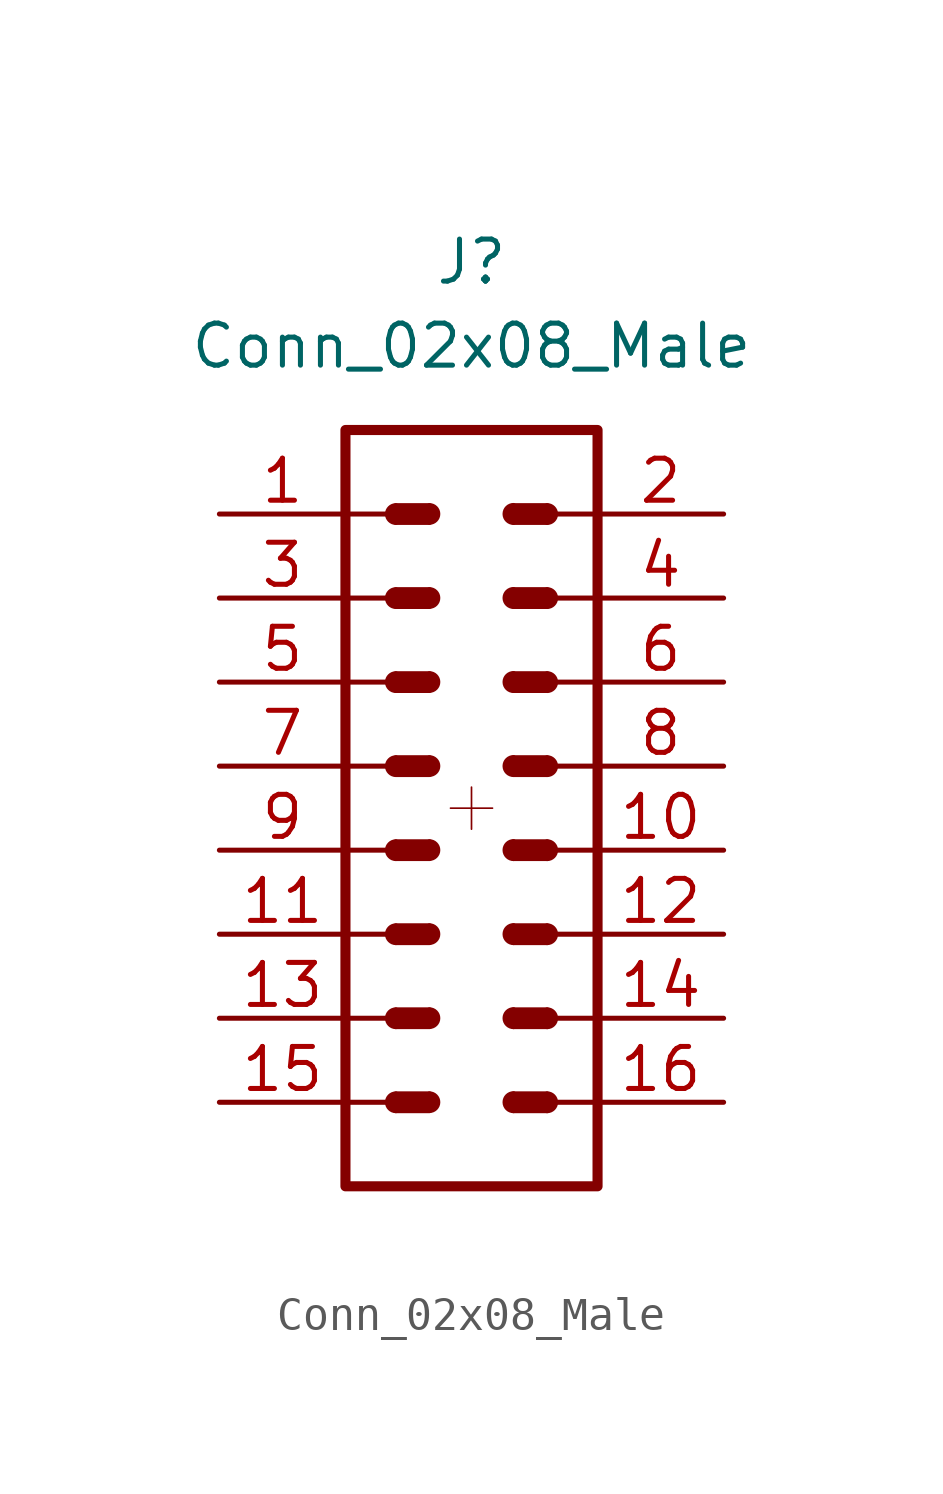
<source format=kicad_sym>
(kicad_symbol_lib
  (version 20211014)
  (generator kicad_symbol_editor)
  (symbol "Conn_02x08_Male"
    (pin_names
      (offset 1.016) hide)
    (property "Reference" "J"
      (at 0 15.24 0)
      (effects (font (size 1.27 1.27))))
    (property "Value" "Conn_02x08_Male"
      (at 0 12.7 0)
      (effects (font (size 1.27 1.27))))
    (symbol "Conn_02x08_Male_0_1"
      (rectangle (start -3.81 -2.54) (end -2.54 -2.54) (stroke (width 0.152) (type default) (color 0 0 0 0)) (fill (type none)))
      (rectangle (start -3.81 0) (end -2.54 0) (stroke (width 0.152) (type default) (color 0 0 0 0)) (fill (type none)))
      (rectangle (start -3.81 2.54) (end -2.54 2.54) (stroke (width 0.152) (type default) (color 0 0 0 0)) (fill (type none)))
      (rectangle (start -3.81 5.08) (end -2.54 5.08) (stroke (width 0.152) (type default) (color 0 0 0 0)) (fill (type none)))
      (rectangle (start -3.81 7.62) (end -2.54 7.62) (stroke (width 0.152) (type default) (color 0 0 0 0)) (fill (type none)))
      (rectangle (start -3.81 10.16) (end 3.81 -12.7) (stroke (width 0.305) (type default) (color 0 0 0 0)) (fill (type none)))
      (arc (start -2.286 7.874) (mid -2.54 7.62) (end -2.286 7.366) (stroke (width 0) (type default) (color 0 0 0 0)) (fill (type outline)))
      (rectangle (start -2.286 7.874) (end -1.27 7.366) (stroke (width 0) (type default) (color 0 0 0 0)) (fill (type outline)))
      (arc (start -1.27 7.366) (mid -1.016 7.62) (end -1.27 7.874) (stroke (width 0) (type default) (color 0 0 0 0)) (fill (type outline))))
    (symbol "Conn_02x08_Male_1_1"
      (rectangle (start -3.81 -10.16) (end -2.54 -10.16) (stroke (width 0.152) (type default) (color 0 0 0 0)) (fill (type none)))
      (rectangle (start -3.81 -7.62) (end -2.54 -7.62) (stroke (width 0.152) (type default) (color 0 0 0 0)) (fill (type none)))
      (rectangle (start -3.81 -5.08) (end -2.54 -5.08) (stroke (width 0.152) (type default) (color 0 0 0 0)) (fill (type none)))
      (arc (start -2.286 -9.906) (mid -2.54 -10.16) (end -2.286 -10.414) (stroke (width 0) (type default) (color 0 0 0 0)) (fill (type outline)))
      (rectangle (start -2.286 -9.906) (end -1.27 -10.414) (stroke (width 0) (type default) (color 0 0 0 0)) (fill (type outline)))
      (arc (start -2.286 -7.366) (mid -2.54 -7.62) (end -2.286 -7.874) (stroke (width 0) (type default) (color 0 0 0 0)) (fill (type outline)))
      (rectangle (start -2.286 -7.366) (end -1.27 -7.874) (stroke (width 0) (type default) (color 0 0 0 0)) (fill (type outline)))
      (arc (start -2.286 -4.826) (mid -2.54 -5.08) (end -2.286 -5.334) (stroke (width 0) (type default) (color 0 0 0 0)) (fill (type outline)))
      (rectangle (start -2.286 -4.826) (end -1.27 -5.334) (stroke (width 0) (type default) (color 0 0 0 0)) (fill (type outline)))
      (arc (start -2.286 -2.286) (mid -2.54 -2.54) (end -2.286 -2.794) (stroke (width 0) (type default) (color 0 0 0 0)) (fill (type outline)))
      (rectangle (start -2.286 -2.286) (end -1.27 -2.794) (stroke (width 0) (type default) (color 0 0 0 0)) (fill (type outline)))
      (arc (start -2.286 0.254) (mid -2.54 0) (end -2.286 -0.254) (stroke (width 0) (type default) (color 0 0 0 0)) (fill (type outline)))
      (rectangle (start -2.286 0.254) (end -1.27 -0.254) (stroke (width 0) (type default) (color 0 0 0 0)) (fill (type outline)))
      (arc (start -2.286 2.794) (mid -2.54 2.54) (end -2.286 2.286) (stroke (width 0) (type default) (color 0 0 0 0)) (fill (type outline)))
      (rectangle (start -2.286 2.794) (end -1.27 2.286) (stroke (width 0) (type default) (color 0 0 0 0)) (fill (type outline)))
      (arc (start -2.286 5.334) (mid -2.54 5.08) (end -2.286 4.826) (stroke (width 0) (type default) (color 0 0 0 0)) (fill (type outline)))
      (rectangle (start -2.286 5.334) (end -1.27 4.826) (stroke (width 0) (type default) (color 0 0 0 0)) (fill (type outline)))
      (arc (start -1.27 -10.414) (mid -1.016 -10.16) (end -1.27 -9.906) (stroke (width 0) (type default) (color 0 0 0 0)) (fill (type outline)))
      (arc (start -1.27 -7.874) (mid -1.016 -7.62) (end -1.27 -7.366) (stroke (width 0) (type default) (color 0 0 0 0)) (fill (type outline)))
      (arc (start -1.27 -5.334) (mid -1.016 -5.08) (end -1.27 -4.826) (stroke (width 0) (type default) (color 0 0 0 0)) (fill (type outline)))
      (arc (start -1.27 -2.794) (mid -1.016 -2.54) (end -1.27 -2.286) (stroke (width 0) (type default) (color 0 0 0 0)) (fill (type outline)))
      (arc (start -1.27 -0.254) (mid -1.016 0) (end -1.27 0.254) (stroke (width 0) (type default) (color 0 0 0 0)) (fill (type outline)))
      (arc (start -1.27 2.286) (mid -1.016 2.54) (end -1.27 2.794) (stroke (width 0) (type default) (color 0 0 0 0)) (fill (type outline)))
      (arc (start -1.27 4.826) (mid -1.016 5.08) (end -1.27 5.334) (stroke (width 0) (type default) (color 0 0 0 0)) (fill (type outline)))
      (polyline (pts (xy -0.635 -1.27) (xy 0.635 -1.27)) (stroke (width 0.051) (type default) (color 0 0 0 0)) (fill (type none)))
      (polyline (pts (xy 0 -0.635) (xy 0 -1.905)) (stroke (width 0.051) (type default) (color 0 0 0 0)) (fill (type none)))
      (arc (start 1.27 -9.906) (mid 1.016 -10.16) (end 1.27 -10.414) (stroke (width 0) (type default) (color 0 0 0 0)) (fill (type outline)))
      (rectangle (start 1.27 -9.906) (end 2.286 -10.414) (stroke (width 0) (type default) (color 0 0 0 0)) (fill (type outline)))
      (arc (start 1.27 -7.366) (mid 1.016 -7.62) (end 1.27 -7.874) (stroke (width 0) (type default) (color 0 0 0 0)) (fill (type outline)))
      (rectangle (start 1.27 -7.366) (end 2.286 -7.874) (stroke (width 0) (type default) (color 0 0 0 0)) (fill (type outline)))
      (arc (start 1.27 -4.826) (mid 1.016 -5.08) (end 1.27 -5.334) (stroke (width 0) (type default) (color 0 0 0 0)) (fill (type outline)))
      (rectangle (start 1.27 -4.826) (end 2.286 -5.334) (stroke (width 0) (type default) (color 0 0 0 0)) (fill (type outline)))
      (arc (start 1.27 -2.286) (mid 1.016 -2.54) (end 1.27 -2.794) (stroke (width 0) (type default) (color 0 0 0 0)) (fill (type outline)))
      (rectangle (start 1.27 -2.286) (end 2.286 -2.794) (stroke (width 0) (type default) (color 0 0 0 0)) (fill (type outline)))
      (arc (start 1.27 0.254) (mid 1.016 0) (end 1.27 -0.254) (stroke (width 0) (type default) (color 0 0 0 0)) (fill (type outline)))
      (rectangle (start 1.27 0.254) (end 2.286 -0.254) (stroke (width 0) (type default) (color 0 0 0 0)) (fill (type outline)))
      (arc (start 1.27 2.794) (mid 1.016 2.54) (end 1.27 2.286) (stroke (width 0) (type default) (color 0 0 0 0)) (fill (type outline)))
      (rectangle (start 1.27 2.794) (end 2.286 2.286) (stroke (width 0) (type default) (color 0 0 0 0)) (fill (type outline)))
      (arc (start 1.27 5.334) (mid 1.016 5.08) (end 1.27 4.826) (stroke (width 0) (type default) (color 0 0 0 0)) (fill (type outline)))
      (rectangle (start 1.27 5.334) (end 2.286 4.826) (stroke (width 0) (type default) (color 0 0 0 0)) (fill (type outline)))
      (arc (start 1.27 7.874) (mid 1.016 7.62) (end 1.27 7.366) (stroke (width 0) (type default) (color 0 0 0 0)) (fill (type outline)))
      (rectangle (start 1.27 7.874) (end 2.286 7.366) (stroke (width 0) (type default) (color 0 0 0 0)) (fill (type outline)))
      (arc (start 2.286 -10.414) (mid 2.54 -10.16) (end 2.286 -9.906) (stroke (width 0) (type default) (color 0 0 0 0)) (fill (type outline)))
      (arc (start 2.286 -7.874) (mid 2.54 -7.62) (end 2.286 -7.366) (stroke (width 0) (type default) (color 0 0 0 0)) (fill (type outline)))
      (arc (start 2.286 -5.334) (mid 2.54 -5.08) (end 2.286 -4.826) (stroke (width 0) (type default) (color 0 0 0 0)) (fill (type outline)))
      (arc (start 2.286 -2.794) (mid 2.54 -2.54) (end 2.286 -2.286) (stroke (width 0) (type default) (color 0 0 0 0)) (fill (type outline)))
      (arc (start 2.286 -0.254) (mid 2.54 0) (end 2.286 0.254) (stroke (width 0) (type default) (color 0 0 0 0)) (fill (type outline)))
      (arc (start 2.286 2.286) (mid 2.54 2.54) (end 2.286 2.794) (stroke (width 0) (type default) (color 0 0 0 0)) (fill (type outline)))
      (arc (start 2.286 4.826) (mid 2.54 5.08) (end 2.286 5.334) (stroke (width 0) (type default) (color 0 0 0 0)) (fill (type outline)))
      (arc (start 2.286 7.366) (mid 2.54 7.62) (end 2.286 7.874) (stroke (width 0) (type default) (color 0 0 0 0)) (fill (type outline)))
      (rectangle (start 3.81 -10.16) (end 2.54 -10.16) (stroke (width 0.152) (type default) (color 0 0 0 0)) (fill (type none)))
      (rectangle (start 3.81 -7.62) (end 2.54 -7.62) (stroke (width 0.152) (type default) (color 0 0 0 0)) (fill (type none)))
      (rectangle (start 3.81 -5.08) (end 2.54 -5.08) (stroke (width 0.152) (type default) (color 0 0 0 0)) (fill (type none)))
      (rectangle (start 3.81 -2.54) (end 2.54 -2.54) (stroke (width 0.152) (type default) (color 0 0 0 0)) (fill (type none)))
      (rectangle (start 3.81 0) (end 2.54 0) (stroke (width 0.152) (type default) (color 0 0 0 0)) (fill (type none)))
      (rectangle (start 3.81 2.54) (end 2.54 2.54) (stroke (width 0.152) (type default) (color 0 0 0 0)) (fill (type none)))
      (rectangle (start 3.81 5.08) (end 2.54 5.08) (stroke (width 0.152) (type default) (color 0 0 0 0)) (fill (type none)))
      (rectangle (start 3.81 7.62) (end 2.54 7.62) (stroke (width 0.152) (type default) (color 0 0 0 0)) (fill (type none)))
      (pin passive line (at -7.62 7.62 0) (length 3.81) (name "Pin_1" (effects (font (size 1.27 1.27)))) (number "1" (effects (font (size 1.27 1.27)))))
      (pin passive line (at 7.62 -2.54 180) (length 3.81) (name "Pin_10" (effects (font (size 1.27 1.27)))) (number "10" (effects (font (size 1.27 1.27)))))
      (pin passive line (at -7.62 -5.08 0) (length 3.81) (name "11" (effects (font (size 1.27 1.27)))) (number "11" (effects (font (size 1.27 1.27)))))
      (pin passive line (at 7.62 -5.08 180) (length 3.81) (name "12" (effects (font (size 1.27 1.27)))) (number "12" (effects (font (size 1.27 1.27)))))
      (pin passive line (at -7.62 -7.62 0) (length 3.81) (name "13" (effects (font (size 1.27 1.27)))) (number "13" (effects (font (size 1.27 1.27)))))
      (pin passive line (at 7.62 -7.62 180) (length 3.81) (name "14" (effects (font (size 1.27 1.27)))) (number "14" (effects (font (size 1.27 1.27)))))
      (pin passive line (at -7.62 -10.16 0) (length 3.81) (name "15" (effects (font (size 1.27 1.27)))) (number "15" (effects (font (size 1.27 1.27)))))
      (pin passive line (at 7.62 -10.16 180) (length 3.81) (name "16" (effects (font (size 1.27 1.27)))) (number "16" (effects (font (size 1.27 1.27)))))
      (pin passive line (at 7.62 7.62 180) (length 3.81) (name "Pin_2" (effects (font (size 1.27 1.27)))) (number "2" (effects (font (size 1.27 1.27)))))
      (pin passive line (at -7.62 5.08 0) (length 3.81) (name "Pin_3" (effects (font (size 1.27 1.27)))) (number "3" (effects (font (size 1.27 1.27)))))
      (pin passive line (at 7.62 5.08 180) (length 3.81) (name "Pin_4" (effects (font (size 1.27 1.27)))) (number "4" (effects (font (size 1.27 1.27)))))
      (pin passive line (at -7.62 2.54 0) (length 3.81) (name "Pin_5" (effects (font (size 1.27 1.27)))) (number "5" (effects (font (size 1.27 1.27)))))
      (pin passive line (at 7.62 2.54 180) (length 3.81) (name "Pin_6" (effects (font (size 1.27 1.27)))) (number "6" (effects (font (size 1.27 1.27)))))
      (pin passive line (at -7.62 0 0) (length 3.81) (name "Pin_7" (effects (font (size 1.27 1.27)))) (number "7" (effects (font (size 1.27 1.27)))))
      (pin passive line (at 7.62 0 180) (length 3.81) (name "Pin_8" (effects (font (size 1.27 1.27)))) (number "8" (effects (font (size 1.27 1.27)))))
      (pin passive line (at -7.62 -2.54 0) (length 3.81) (name "Pin_9" (effects (font (size 1.27 1.27)))) (number "9" (effects (font (size 1.27 1.27))))))))
</source>
